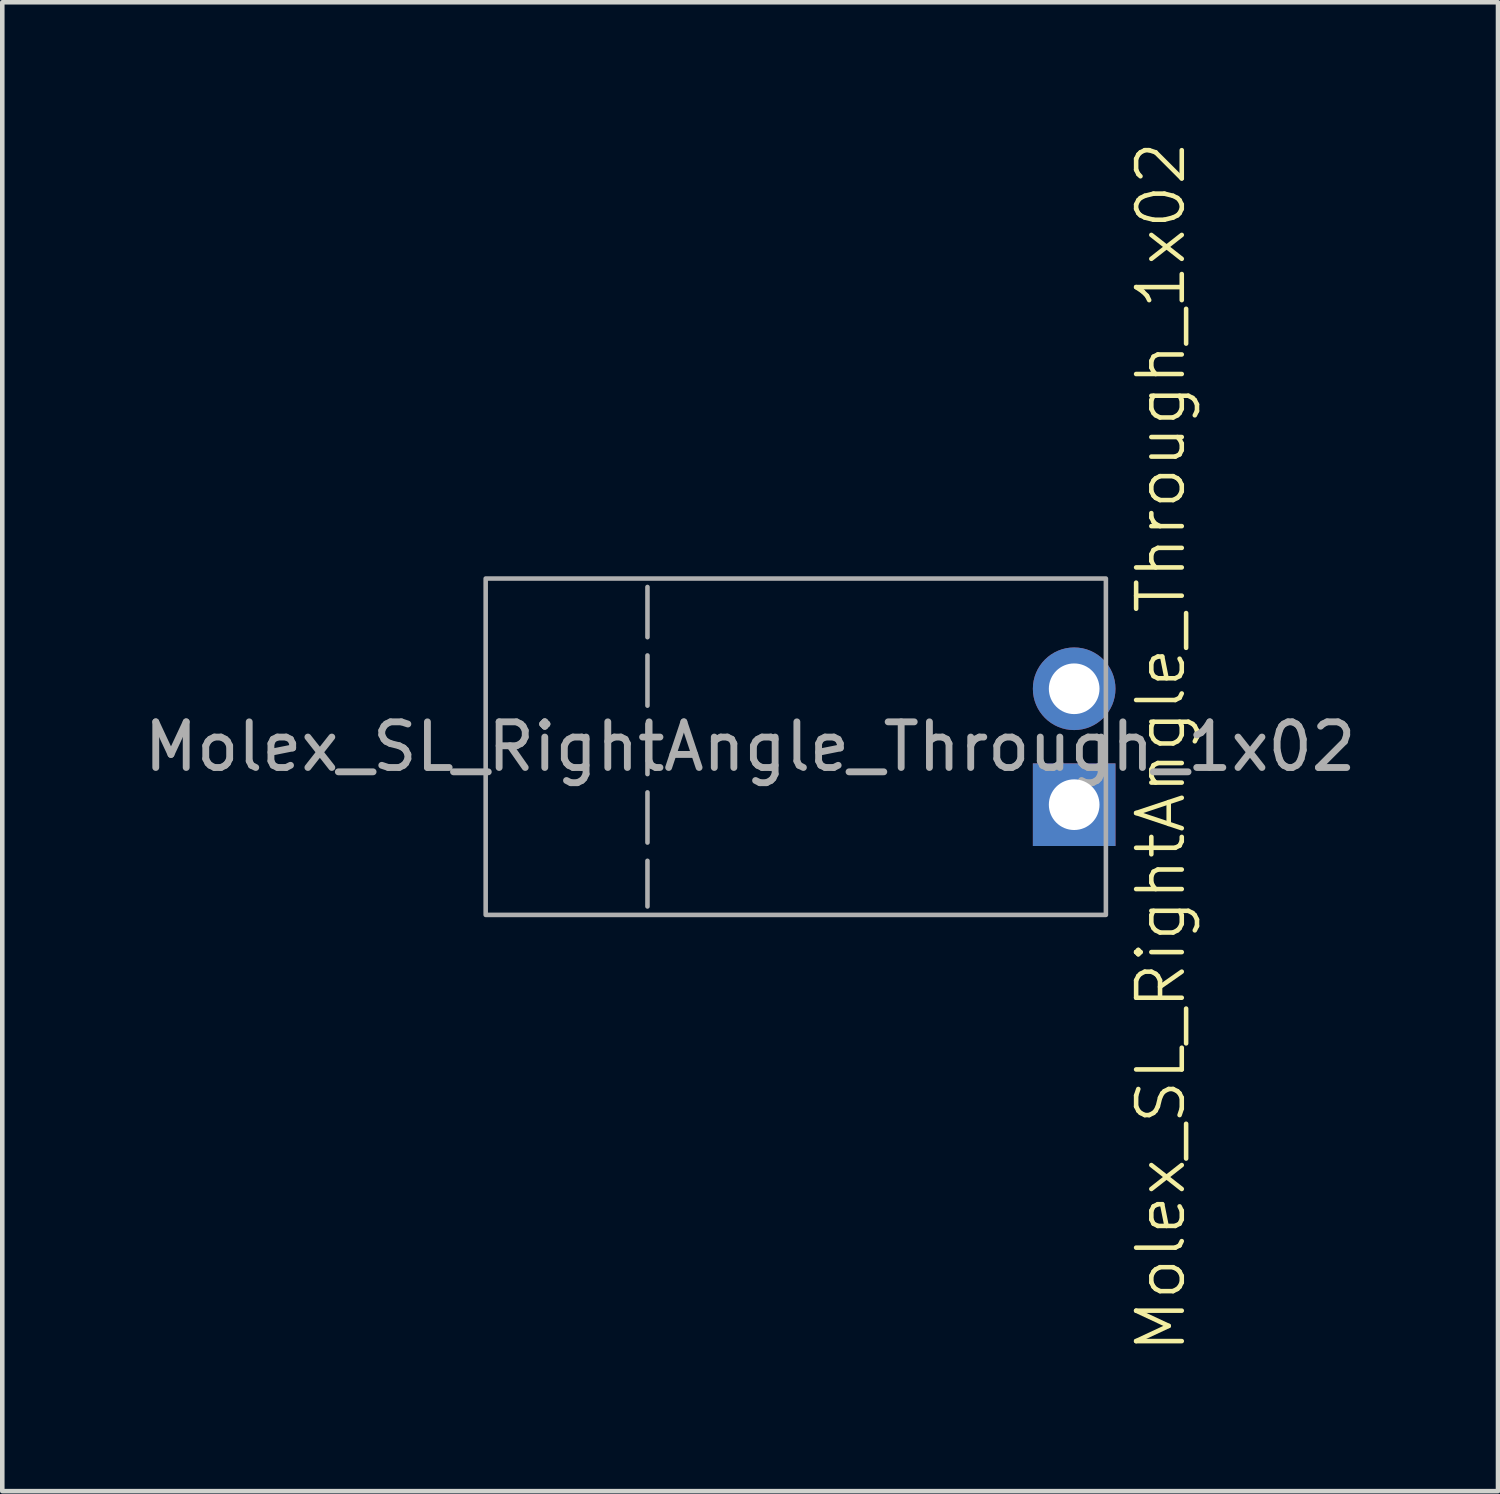
<source format=kicad_pcb>
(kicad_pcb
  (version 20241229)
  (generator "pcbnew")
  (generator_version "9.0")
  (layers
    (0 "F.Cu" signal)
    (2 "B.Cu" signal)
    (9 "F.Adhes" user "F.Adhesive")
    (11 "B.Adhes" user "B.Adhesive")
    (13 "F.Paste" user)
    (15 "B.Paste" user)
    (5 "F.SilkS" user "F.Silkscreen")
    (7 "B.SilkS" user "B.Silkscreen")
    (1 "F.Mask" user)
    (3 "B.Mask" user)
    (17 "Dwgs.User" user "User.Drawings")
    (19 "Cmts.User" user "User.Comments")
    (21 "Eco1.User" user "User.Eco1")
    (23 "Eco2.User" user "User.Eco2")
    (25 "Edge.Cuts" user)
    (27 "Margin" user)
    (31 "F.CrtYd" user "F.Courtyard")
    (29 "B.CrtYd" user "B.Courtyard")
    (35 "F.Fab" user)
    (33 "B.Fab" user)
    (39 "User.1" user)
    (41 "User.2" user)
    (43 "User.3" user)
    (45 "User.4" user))
  (footprint "Molex_SL_RightAngle_Through_1x02"
    (layer "F.Cu")
    (at 14.387 13.312)
    (property "Reference" "Molex_SL_RightAngle_Through_1x02" (at 8 0 90) (unlocked yes) (layer "F.SilkS") (effects (font (size 1 1) (thickness 0.1))))
    (attr through_hole)
    (fp_line (start -3.25 -3.5) (end -3.25 3.5) (stroke (width 0.1) (type dash)) (layer "F.Fab"))
    (fp_rect (start -6.795 -3.685) (end 6.795 3.685) (stroke (width 0.1) (type default)) (fill no) (layer "F.Fab"))
    (fp_text user "${REFERENCE}" (at -1 0 0) (unlocked yes) (layer "F.Fab") (effects (font (size 1 1) (thickness 0.15))))
    (pad "1" thru_hole rect (at 6.1 1.27) (size 1.81 1.81) (drill 1.11) (layers "*.Cu" "*.Mask"))
    (pad "2" thru_hole circle (at 6.1 -1.27) (size 1.81 1.81) (drill 1.11) (layers "*.Cu" "*.Mask")))
  (gr_rect
    (start -3 -3)
    (end 29.774 29.624)
    (stroke (width 0.1) (type default))
    (fill no)
    (layer "Edge.Cuts")))
</source>
